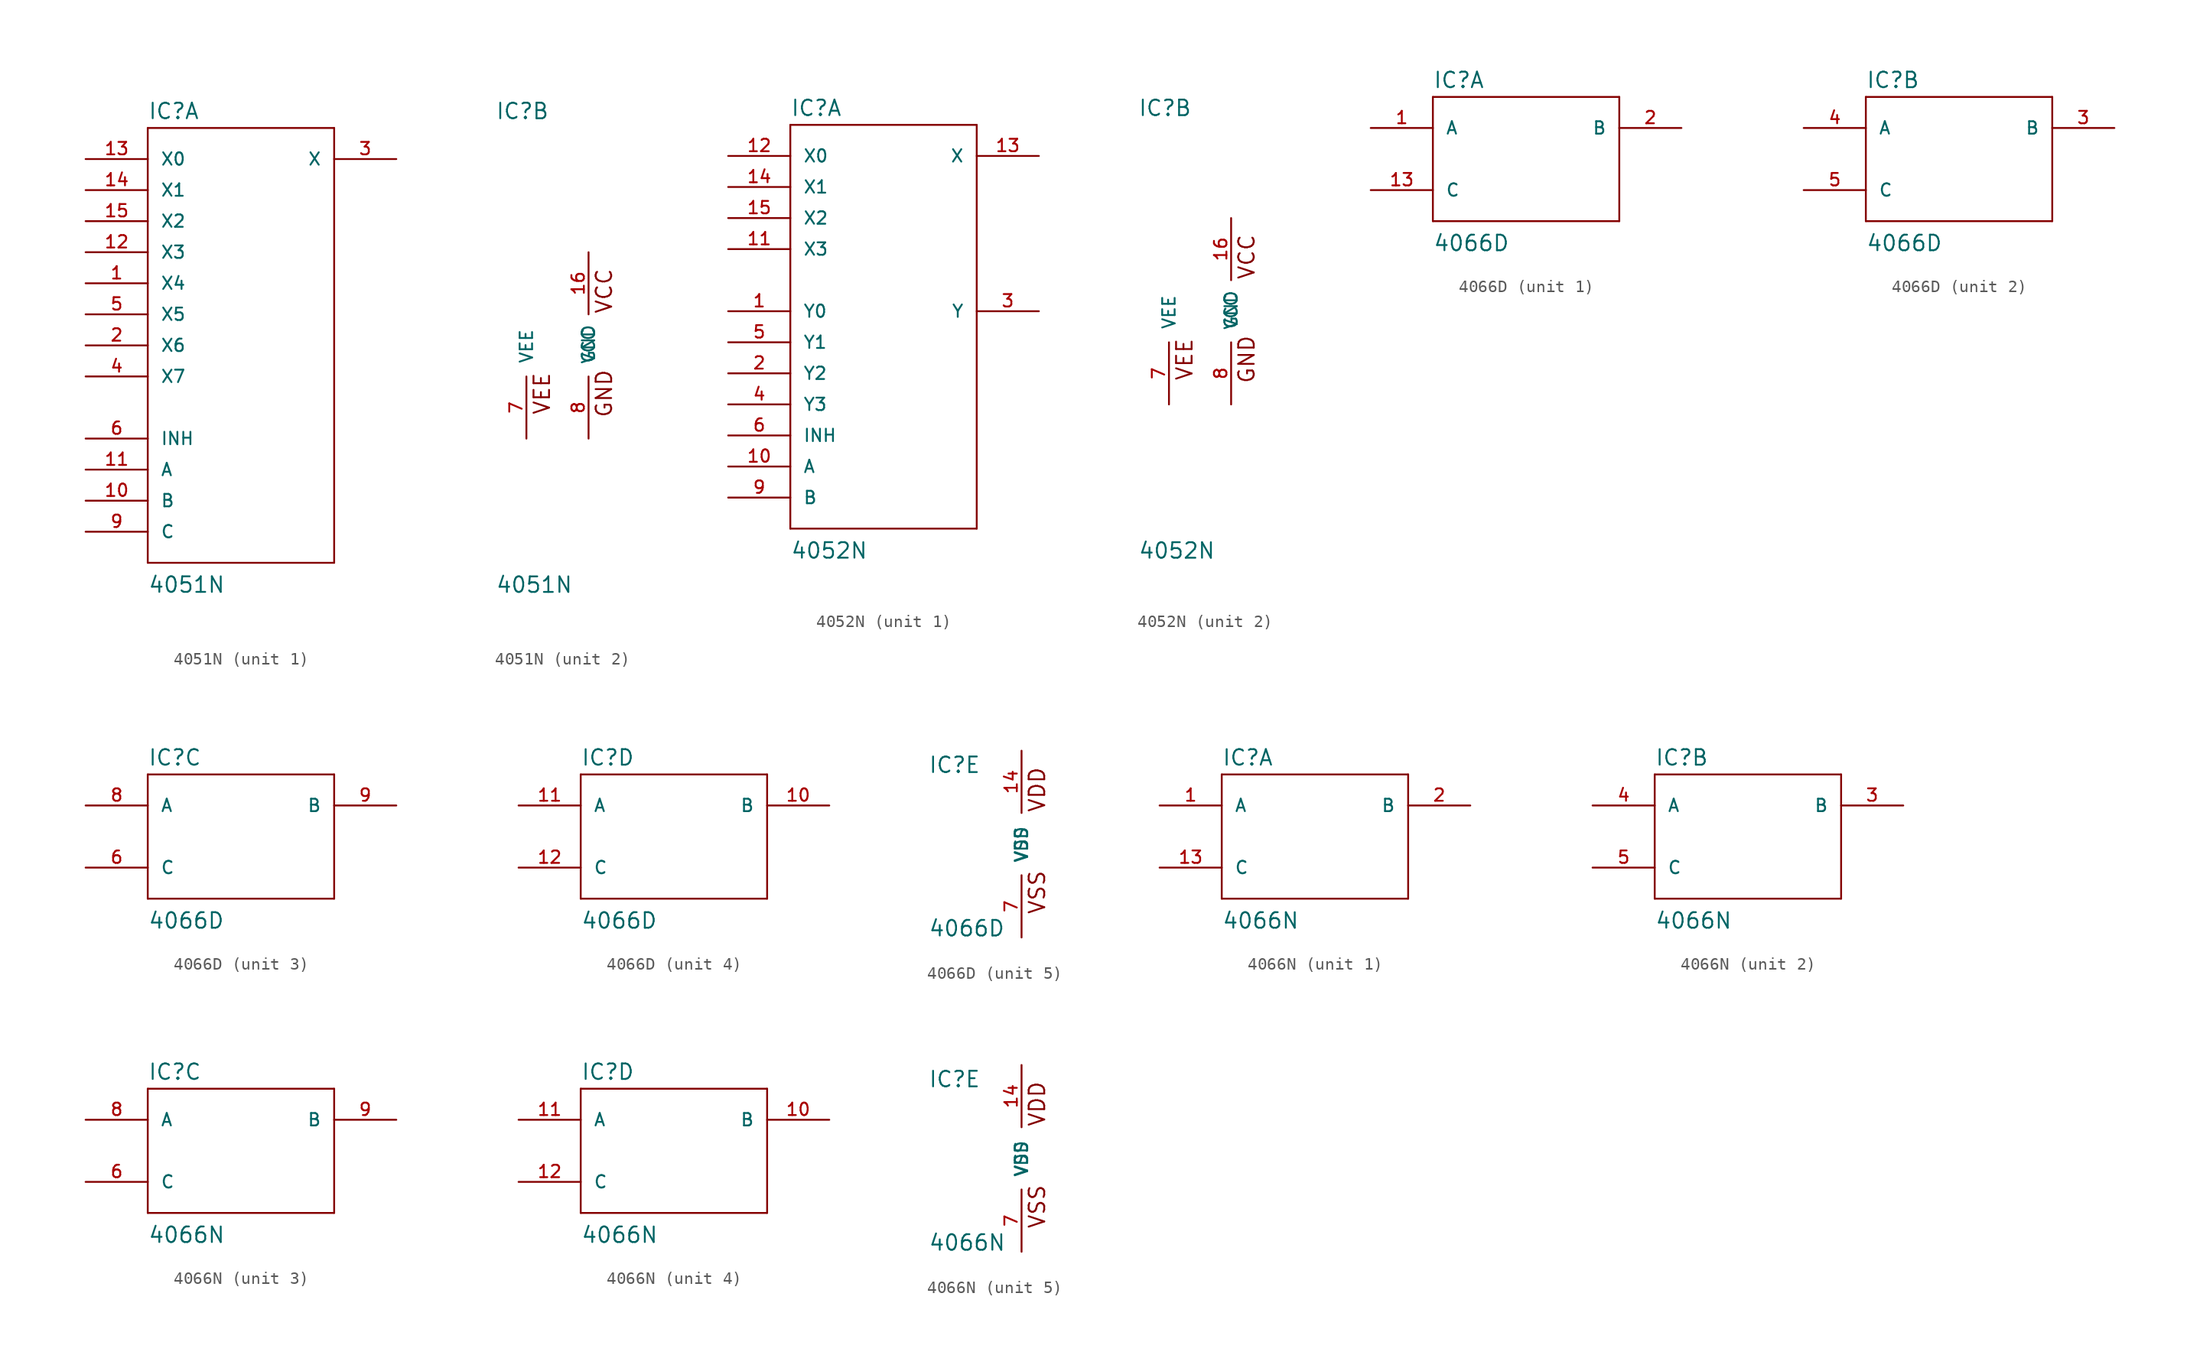
<source format=kicad_sym>
(kicad_symbol_lib
  (version 20211014)
  (generator kicad_symbol_editor)
  (symbol "4051N"
    (pin_names
      (offset 1.016))
    (property "Reference" "IC"
      (at -7.62 18.415 0)
      (effects (font (size 1.27 1.27)) (justify left bottom)))
    (property "Value" "4051N"
      (at -7.62 -20.32 0)
      (effects (font (size 1.27 1.27)) (justify left bottom)))
    (property "ki_locked" ""
      (at 0 0 0)
      (effects (font (size 1.27 1.27))))
    (symbol "4051N_1_0"
      (polyline (pts (xy -7.62 -17.78) (xy 7.62 -17.78)) (stroke (width 0) (type default) (color 0 0 0 0)) (fill (type none)))
      (polyline (pts (xy -7.62 17.78) (xy -7.62 -17.78)) (stroke (width 0) (type default) (color 0 0 0 0)) (fill (type none)))
      (polyline (pts (xy 7.62 -17.78) (xy 7.62 17.78)) (stroke (width 0) (type default) (color 0 0 0 0)) (fill (type none)))
      (polyline (pts (xy 7.62 17.78) (xy -7.62 17.78)) (stroke (width 0) (type default) (color 0 0 0 0)) (fill (type none))))
    (symbol "4051N_1_1"
      (pin bidirectional line (at -12.7 5.08 0) (length 5.08) (name "X4" (effects (font (size 1.016 1.016)))) (number "1" (effects (font (size 1.016 1.016)))))
      (pin input line (at -12.7 -12.7 0) (length 5.08) (name "B" (effects (font (size 1.016 1.016)))) (number "10" (effects (font (size 1.016 1.016)))))
      (pin input line (at -12.7 -10.16 0) (length 5.08) (name "A" (effects (font (size 1.016 1.016)))) (number "11" (effects (font (size 1.016 1.016)))))
      (pin bidirectional line (at -12.7 7.62 0) (length 5.08) (name "X3" (effects (font (size 1.016 1.016)))) (number "12" (effects (font (size 1.016 1.016)))))
      (pin bidirectional line (at -12.7 15.24 0) (length 5.08) (name "X0" (effects (font (size 1.016 1.016)))) (number "13" (effects (font (size 1.016 1.016)))))
      (pin bidirectional line (at -12.7 12.7 0) (length 5.08) (name "X1" (effects (font (size 1.016 1.016)))) (number "14" (effects (font (size 1.016 1.016)))))
      (pin bidirectional line (at -12.7 10.16 0) (length 5.08) (name "X2" (effects (font (size 1.016 1.016)))) (number "15" (effects (font (size 1.016 1.016)))))
      (pin bidirectional line (at -12.7 0 0) (length 5.08) (name "X6" (effects (font (size 1.016 1.016)))) (number "2" (effects (font (size 1.016 1.016)))))
      (pin bidirectional line (at 12.7 15.24 180) (length 5.08) (name "X" (effects (font (size 1.016 1.016)))) (number "3" (effects (font (size 1.016 1.016)))))
      (pin bidirectional line (at -12.7 -2.54 0) (length 5.08) (name "X7" (effects (font (size 1.016 1.016)))) (number "4" (effects (font (size 1.016 1.016)))))
      (pin bidirectional line (at -12.7 2.54 0) (length 5.08) (name "X5" (effects (font (size 1.016 1.016)))) (number "5" (effects (font (size 1.016 1.016)))))
      (pin input line (at -12.7 -7.62 0) (length 5.08) (name "INH" (effects (font (size 1.016 1.016)))) (number "6" (effects (font (size 1.016 1.016)))))
      (pin input line (at -12.7 -15.24 0) (length 5.08) (name "C" (effects (font (size 1.016 1.016)))) (number "9" (effects (font (size 1.016 1.016))))))
    (symbol "4051N_2_0"
      (text "GND" (at 1.27 -3.937 1) (effects (font (size 1.27 1.27))))
      (text "VCC" (at 1.27 4.445 1) (effects (font (size 1.27 1.27))))
      (text "VEE" (at -3.81 -3.937 1) (effects (font (size 1.27 1.27)))))
    (symbol "4051N_2_1"
      (pin power_in line (at 0 7.62 270) (length 5.08) (name "VCC" (effects (font (size 1.016 1.016)))) (number "16" (effects (font (size 1.016 1.016)))))
      (pin power_in line (at -5.08 -7.62 90) (length 5.08) (name "VEE" (effects (font (size 1.016 1.016)))) (number "7" (effects (font (size 1.016 1.016)))))
      (pin power_in line (at 0 -7.62 90) (length 5.08) (name "GND" (effects (font (size 1.016 1.016)))) (number "8" (effects (font (size 1.016 1.016)))))))
  (symbol "4052N"
    (pin_names
      (offset 1.016))
    (property "Reference" "IC"
      (at -7.62 15.875 0)
      (effects (font (size 1.27 1.27)) (justify left bottom)))
    (property "Value" "4052N"
      (at -7.62 -20.32 0)
      (effects (font (size 1.27 1.27)) (justify left bottom)))
    (property "ki_locked" ""
      (at 0 0 0)
      (effects (font (size 1.27 1.27))))
    (symbol "4052N_1_0"
      (polyline (pts (xy -7.62 -17.78) (xy 7.62 -17.78)) (stroke (width 0) (type default) (color 0 0 0 0)) (fill (type none)))
      (polyline (pts (xy -7.62 15.24) (xy -7.62 -17.78)) (stroke (width 0) (type default) (color 0 0 0 0)) (fill (type none)))
      (polyline (pts (xy 7.62 -17.78) (xy 7.62 15.24)) (stroke (width 0) (type default) (color 0 0 0 0)) (fill (type none)))
      (polyline (pts (xy 7.62 15.24) (xy -7.62 15.24)) (stroke (width 0) (type default) (color 0 0 0 0)) (fill (type none))))
    (symbol "4052N_1_1"
      (pin bidirectional line (at -12.7 0 0) (length 5.08) (name "Y0" (effects (font (size 1.016 1.016)))) (number "1" (effects (font (size 1.016 1.016)))))
      (pin input line (at -12.7 -12.7 0) (length 5.08) (name "A" (effects (font (size 1.016 1.016)))) (number "10" (effects (font (size 1.016 1.016)))))
      (pin bidirectional line (at -12.7 5.08 0) (length 5.08) (name "X3" (effects (font (size 1.016 1.016)))) (number "11" (effects (font (size 1.016 1.016)))))
      (pin bidirectional line (at -12.7 12.7 0) (length 5.08) (name "X0" (effects (font (size 1.016 1.016)))) (number "12" (effects (font (size 1.016 1.016)))))
      (pin bidirectional line (at 12.7 12.7 180) (length 5.08) (name "X" (effects (font (size 1.016 1.016)))) (number "13" (effects (font (size 1.016 1.016)))))
      (pin bidirectional line (at -12.7 10.16 0) (length 5.08) (name "X1" (effects (font (size 1.016 1.016)))) (number "14" (effects (font (size 1.016 1.016)))))
      (pin bidirectional line (at -12.7 7.62 0) (length 5.08) (name "X2" (effects (font (size 1.016 1.016)))) (number "15" (effects (font (size 1.016 1.016)))))
      (pin bidirectional line (at -12.7 -5.08 0) (length 5.08) (name "Y2" (effects (font (size 1.016 1.016)))) (number "2" (effects (font (size 1.016 1.016)))))
      (pin bidirectional line (at 12.7 0 180) (length 5.08) (name "Y" (effects (font (size 1.016 1.016)))) (number "3" (effects (font (size 1.016 1.016)))))
      (pin bidirectional line (at -12.7 -7.62 0) (length 5.08) (name "Y3" (effects (font (size 1.016 1.016)))) (number "4" (effects (font (size 1.016 1.016)))))
      (pin bidirectional line (at -12.7 -2.54 0) (length 5.08) (name "Y1" (effects (font (size 1.016 1.016)))) (number "5" (effects (font (size 1.016 1.016)))))
      (pin input line (at -12.7 -10.16 0) (length 5.08) (name "INH" (effects (font (size 1.016 1.016)))) (number "6" (effects (font (size 1.016 1.016)))))
      (pin input line (at -12.7 -15.24 0) (length 5.08) (name "B" (effects (font (size 1.016 1.016)))) (number "9" (effects (font (size 1.016 1.016))))))
    (symbol "4052N_2_0"
      (text "GND" (at 1.27 -3.937 1) (effects (font (size 1.27 1.27))))
      (text "VCC" (at 1.27 4.445 1) (effects (font (size 1.27 1.27))))
      (text "VEE" (at -3.81 -3.937 1) (effects (font (size 1.27 1.27)))))
    (symbol "4052N_2_1"
      (pin power_in line (at 0 7.62 270) (length 5.08) (name "VCC" (effects (font (size 1.016 1.016)))) (number "16" (effects (font (size 1.016 1.016)))))
      (pin power_in line (at -5.08 -7.62 90) (length 5.08) (name "VEE" (effects (font (size 1.016 1.016)))) (number "7" (effects (font (size 1.016 1.016)))))
      (pin power_in line (at 0 -7.62 90) (length 5.08) (name "GND" (effects (font (size 1.016 1.016)))) (number "8" (effects (font (size 1.016 1.016)))))))
  (symbol "4066D"
    (pin_names
      (offset 1.016))
    (property "Reference" "IC"
      (at -7.62 5.715 0)
      (effects (font (size 1.27 1.27)) (justify left bottom)))
    (property "Value" "4066D"
      (at -7.62 -7.62 0)
      (effects (font (size 1.27 1.27)) (justify left bottom)))
    (property "ki_locked" ""
      (at 0 0 0)
      (effects (font (size 1.27 1.27))))
    (symbol "4066D_1_0"
      (polyline (pts (xy -7.62 -5.08) (xy 7.62 -5.08)) (stroke (width 0) (type default) (color 0 0 0 0)) (fill (type none)))
      (polyline (pts (xy -7.62 5.08) (xy -7.62 -5.08)) (stroke (width 0) (type default) (color 0 0 0 0)) (fill (type none)))
      (polyline (pts (xy 7.62 -5.08) (xy 7.62 5.08)) (stroke (width 0) (type default) (color 0 0 0 0)) (fill (type none)))
      (polyline (pts (xy 7.62 5.08) (xy -7.62 5.08)) (stroke (width 0) (type default) (color 0 0 0 0)) (fill (type none))))
    (symbol "4066D_1_1"
      (pin tri_state line (at -12.7 2.54 0) (length 5.08) (name "A" (effects (font (size 1.016 1.016)))) (number "1" (effects (font (size 1.016 1.016)))))
      (pin input line (at -12.7 -2.54 0) (length 5.08) (name "C" (effects (font (size 1.016 1.016)))) (number "13" (effects (font (size 1.016 1.016)))))
      (pin tri_state line (at 12.7 2.54 180) (length 5.08) (name "B" (effects (font (size 1.016 1.016)))) (number "2" (effects (font (size 1.016 1.016))))))
    (symbol "4066D_2_0"
      (polyline (pts (xy -7.62 -5.08) (xy 7.62 -5.08)) (stroke (width 0) (type default) (color 0 0 0 0)) (fill (type none)))
      (polyline (pts (xy -7.62 5.08) (xy -7.62 -5.08)) (stroke (width 0) (type default) (color 0 0 0 0)) (fill (type none)))
      (polyline (pts (xy 7.62 -5.08) (xy 7.62 5.08)) (stroke (width 0) (type default) (color 0 0 0 0)) (fill (type none)))
      (polyline (pts (xy 7.62 5.08) (xy -7.62 5.08)) (stroke (width 0) (type default) (color 0 0 0 0)) (fill (type none))))
    (symbol "4066D_2_1"
      (pin tri_state line (at 12.7 2.54 180) (length 5.08) (name "B" (effects (font (size 1.016 1.016)))) (number "3" (effects (font (size 1.016 1.016)))))
      (pin tri_state line (at -12.7 2.54 0) (length 5.08) (name "A" (effects (font (size 1.016 1.016)))) (number "4" (effects (font (size 1.016 1.016)))))
      (pin input line (at -12.7 -2.54 0) (length 5.08) (name "C" (effects (font (size 1.016 1.016)))) (number "5" (effects (font (size 1.016 1.016))))))
    (symbol "4066D_3_0"
      (polyline (pts (xy -7.62 -5.08) (xy 7.62 -5.08)) (stroke (width 0) (type default) (color 0 0 0 0)) (fill (type none)))
      (polyline (pts (xy -7.62 5.08) (xy -7.62 -5.08)) (stroke (width 0) (type default) (color 0 0 0 0)) (fill (type none)))
      (polyline (pts (xy 7.62 -5.08) (xy 7.62 5.08)) (stroke (width 0) (type default) (color 0 0 0 0)) (fill (type none)))
      (polyline (pts (xy 7.62 5.08) (xy -7.62 5.08)) (stroke (width 0) (type default) (color 0 0 0 0)) (fill (type none))))
    (symbol "4066D_3_1"
      (pin input line (at -12.7 -2.54 0) (length 5.08) (name "C" (effects (font (size 1.016 1.016)))) (number "6" (effects (font (size 1.016 1.016)))))
      (pin tri_state line (at -12.7 2.54 0) (length 5.08) (name "A" (effects (font (size 1.016 1.016)))) (number "8" (effects (font (size 1.016 1.016)))))
      (pin tri_state line (at 12.7 2.54 180) (length 5.08) (name "B" (effects (font (size 1.016 1.016)))) (number "9" (effects (font (size 1.016 1.016))))))
    (symbol "4066D_4_0"
      (polyline (pts (xy -7.62 -5.08) (xy 7.62 -5.08)) (stroke (width 0) (type default) (color 0 0 0 0)) (fill (type none)))
      (polyline (pts (xy -7.62 5.08) (xy -7.62 -5.08)) (stroke (width 0) (type default) (color 0 0 0 0)) (fill (type none)))
      (polyline (pts (xy 7.62 -5.08) (xy 7.62 5.08)) (stroke (width 0) (type default) (color 0 0 0 0)) (fill (type none)))
      (polyline (pts (xy 7.62 5.08) (xy -7.62 5.08)) (stroke (width 0) (type default) (color 0 0 0 0)) (fill (type none))))
    (symbol "4066D_4_1"
      (pin tri_state line (at 12.7 2.54 180) (length 5.08) (name "B" (effects (font (size 1.016 1.016)))) (number "10" (effects (font (size 1.016 1.016)))))
      (pin tri_state line (at -12.7 2.54 0) (length 5.08) (name "A" (effects (font (size 1.016 1.016)))) (number "11" (effects (font (size 1.016 1.016)))))
      (pin input line (at -12.7 -2.54 0) (length 5.08) (name "C" (effects (font (size 1.016 1.016)))) (number "12" (effects (font (size 1.016 1.016))))))
    (symbol "4066D_5_0"
      (text "VDD" (at 1.27 4.445 1) (effects (font (size 1.27 1.27))))
      (text "VSS" (at 1.27 -3.937 1) (effects (font (size 1.27 1.27)))))
    (symbol "4066D_5_1"
      (pin power_in line (at 0 7.62 270) (length 5.08) (name "VDD" (effects (font (size 1.016 1.016)))) (number "14" (effects (font (size 1.016 1.016)))))
      (pin power_in line (at 0 -7.62 90) (length 5.08) (name "VSS" (effects (font (size 1.016 1.016)))) (number "7" (effects (font (size 1.016 1.016)))))))
  (symbol "4066N"
    (pin_names
      (offset 1.016))
    (property "Reference" "IC"
      (at -7.62 5.715 0)
      (effects (font (size 1.27 1.27)) (justify left bottom)))
    (property "Value" "4066N"
      (at -7.62 -7.62 0)
      (effects (font (size 1.27 1.27)) (justify left bottom)))
    (property "ki_locked" ""
      (at 0 0 0)
      (effects (font (size 1.27 1.27))))
    (symbol "4066N_1_0"
      (polyline (pts (xy -7.62 -5.08) (xy 7.62 -5.08)) (stroke (width 0) (type default) (color 0 0 0 0)) (fill (type none)))
      (polyline (pts (xy -7.62 5.08) (xy -7.62 -5.08)) (stroke (width 0) (type default) (color 0 0 0 0)) (fill (type none)))
      (polyline (pts (xy 7.62 -5.08) (xy 7.62 5.08)) (stroke (width 0) (type default) (color 0 0 0 0)) (fill (type none)))
      (polyline (pts (xy 7.62 5.08) (xy -7.62 5.08)) (stroke (width 0) (type default) (color 0 0 0 0)) (fill (type none))))
    (symbol "4066N_1_1"
      (pin tri_state line (at -12.7 2.54 0) (length 5.08) (name "A" (effects (font (size 1.016 1.016)))) (number "1" (effects (font (size 1.016 1.016)))))
      (pin input line (at -12.7 -2.54 0) (length 5.08) (name "C" (effects (font (size 1.016 1.016)))) (number "13" (effects (font (size 1.016 1.016)))))
      (pin tri_state line (at 12.7 2.54 180) (length 5.08) (name "B" (effects (font (size 1.016 1.016)))) (number "2" (effects (font (size 1.016 1.016))))))
    (symbol "4066N_2_0"
      (polyline (pts (xy -7.62 -5.08) (xy 7.62 -5.08)) (stroke (width 0) (type default) (color 0 0 0 0)) (fill (type none)))
      (polyline (pts (xy -7.62 5.08) (xy -7.62 -5.08)) (stroke (width 0) (type default) (color 0 0 0 0)) (fill (type none)))
      (polyline (pts (xy 7.62 -5.08) (xy 7.62 5.08)) (stroke (width 0) (type default) (color 0 0 0 0)) (fill (type none)))
      (polyline (pts (xy 7.62 5.08) (xy -7.62 5.08)) (stroke (width 0) (type default) (color 0 0 0 0)) (fill (type none))))
    (symbol "4066N_2_1"
      (pin tri_state line (at 12.7 2.54 180) (length 5.08) (name "B" (effects (font (size 1.016 1.016)))) (number "3" (effects (font (size 1.016 1.016)))))
      (pin tri_state line (at -12.7 2.54 0) (length 5.08) (name "A" (effects (font (size 1.016 1.016)))) (number "4" (effects (font (size 1.016 1.016)))))
      (pin input line (at -12.7 -2.54 0) (length 5.08) (name "C" (effects (font (size 1.016 1.016)))) (number "5" (effects (font (size 1.016 1.016))))))
    (symbol "4066N_3_0"
      (polyline (pts (xy -7.62 -5.08) (xy 7.62 -5.08)) (stroke (width 0) (type default) (color 0 0 0 0)) (fill (type none)))
      (polyline (pts (xy -7.62 5.08) (xy -7.62 -5.08)) (stroke (width 0) (type default) (color 0 0 0 0)) (fill (type none)))
      (polyline (pts (xy 7.62 -5.08) (xy 7.62 5.08)) (stroke (width 0) (type default) (color 0 0 0 0)) (fill (type none)))
      (polyline (pts (xy 7.62 5.08) (xy -7.62 5.08)) (stroke (width 0) (type default) (color 0 0 0 0)) (fill (type none))))
    (symbol "4066N_3_1"
      (pin input line (at -12.7 -2.54 0) (length 5.08) (name "C" (effects (font (size 1.016 1.016)))) (number "6" (effects (font (size 1.016 1.016)))))
      (pin tri_state line (at -12.7 2.54 0) (length 5.08) (name "A" (effects (font (size 1.016 1.016)))) (number "8" (effects (font (size 1.016 1.016)))))
      (pin tri_state line (at 12.7 2.54 180) (length 5.08) (name "B" (effects (font (size 1.016 1.016)))) (number "9" (effects (font (size 1.016 1.016))))))
    (symbol "4066N_4_0"
      (polyline (pts (xy -7.62 -5.08) (xy 7.62 -5.08)) (stroke (width 0) (type default) (color 0 0 0 0)) (fill (type none)))
      (polyline (pts (xy -7.62 5.08) (xy -7.62 -5.08)) (stroke (width 0) (type default) (color 0 0 0 0)) (fill (type none)))
      (polyline (pts (xy 7.62 -5.08) (xy 7.62 5.08)) (stroke (width 0) (type default) (color 0 0 0 0)) (fill (type none)))
      (polyline (pts (xy 7.62 5.08) (xy -7.62 5.08)) (stroke (width 0) (type default) (color 0 0 0 0)) (fill (type none))))
    (symbol "4066N_4_1"
      (pin tri_state line (at 12.7 2.54 180) (length 5.08) (name "B" (effects (font (size 1.016 1.016)))) (number "10" (effects (font (size 1.016 1.016)))))
      (pin tri_state line (at -12.7 2.54 0) (length 5.08) (name "A" (effects (font (size 1.016 1.016)))) (number "11" (effects (font (size 1.016 1.016)))))
      (pin input line (at -12.7 -2.54 0) (length 5.08) (name "C" (effects (font (size 1.016 1.016)))) (number "12" (effects (font (size 1.016 1.016))))))
    (symbol "4066N_5_0"
      (text "VDD" (at 1.27 4.445 1) (effects (font (size 1.27 1.27))))
      (text "VSS" (at 1.27 -3.937 1) (effects (font (size 1.27 1.27)))))
    (symbol "4066N_5_1"
      (pin power_in line (at 0 7.62 270) (length 5.08) (name "VDD" (effects (font (size 1.016 1.016)))) (number "14" (effects (font (size 1.016 1.016)))))
      (pin power_in line (at 0 -7.62 90) (length 5.08) (name "VSS" (effects (font (size 1.016 1.016)))) (number "7" (effects (font (size 1.016 1.016))))))))
</source>
